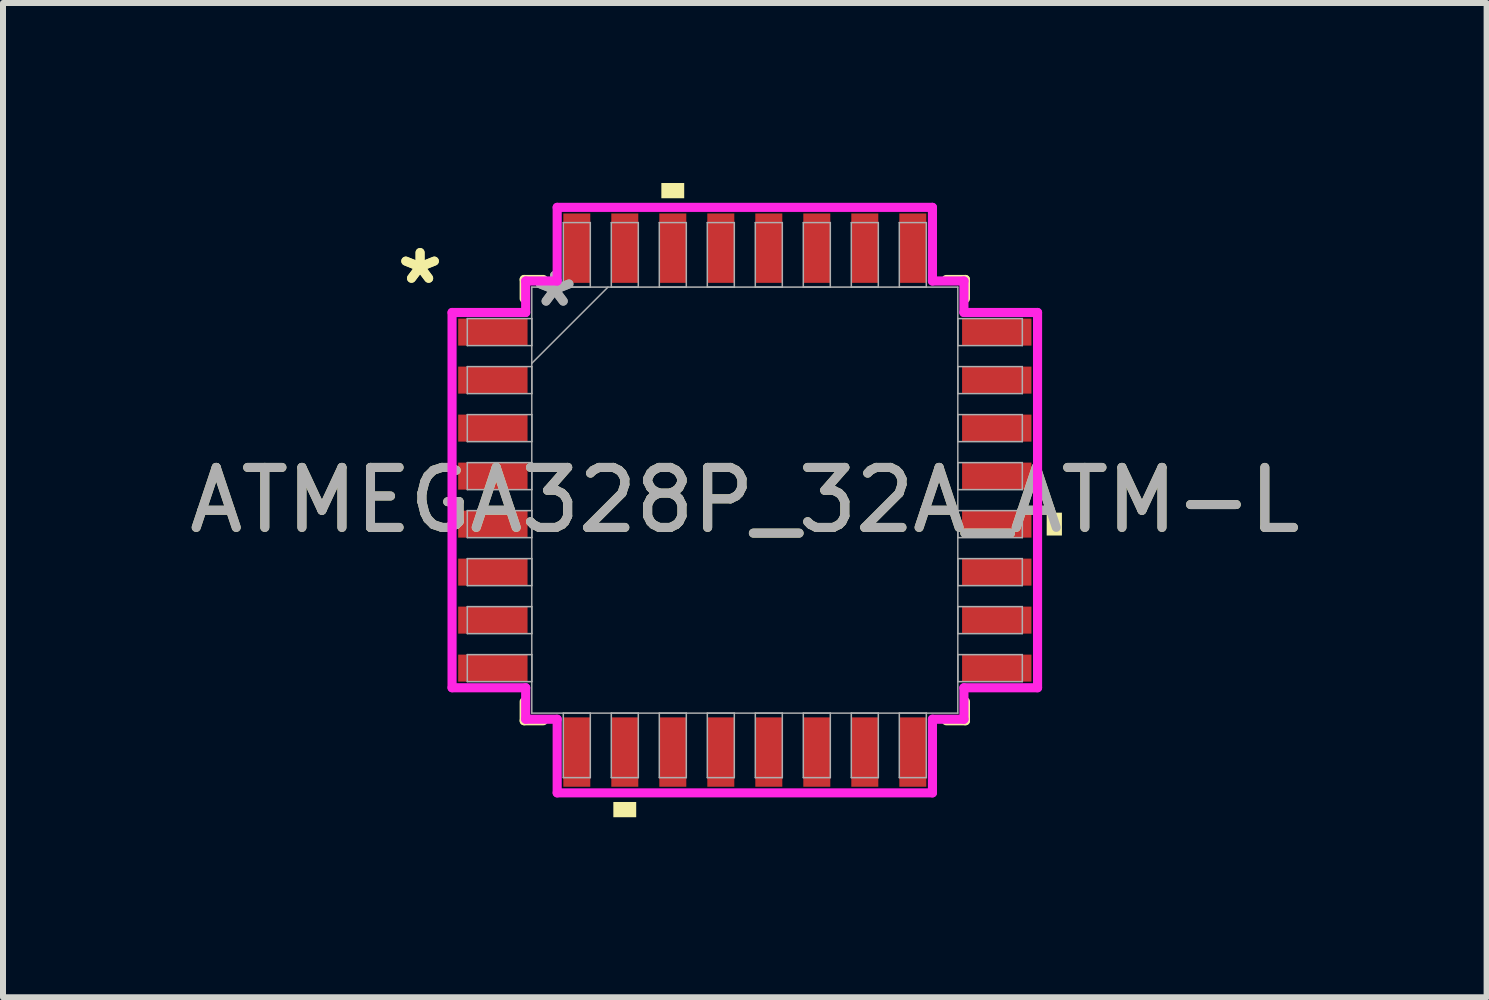
<source format=kicad_pcb>
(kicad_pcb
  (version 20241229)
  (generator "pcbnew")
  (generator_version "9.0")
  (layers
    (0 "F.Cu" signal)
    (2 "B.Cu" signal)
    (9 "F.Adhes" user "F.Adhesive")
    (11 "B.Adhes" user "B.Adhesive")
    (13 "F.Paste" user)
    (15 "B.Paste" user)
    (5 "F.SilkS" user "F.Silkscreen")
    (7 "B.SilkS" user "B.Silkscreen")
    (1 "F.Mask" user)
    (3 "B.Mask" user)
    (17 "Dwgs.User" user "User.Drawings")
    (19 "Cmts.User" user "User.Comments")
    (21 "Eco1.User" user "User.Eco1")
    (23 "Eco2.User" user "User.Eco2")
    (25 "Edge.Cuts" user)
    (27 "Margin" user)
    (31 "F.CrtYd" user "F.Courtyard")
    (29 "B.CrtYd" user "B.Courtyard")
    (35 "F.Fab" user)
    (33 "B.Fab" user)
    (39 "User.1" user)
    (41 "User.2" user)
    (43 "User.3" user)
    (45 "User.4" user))
  (footprint "ATMEGA328P_32A_ATM-L"
    (layer "F.Cu")
    (at 9.363 5.285)
    (property "Reference" "ATMEGA328P_32A_ATM-L" (at 0 0 0) (unlocked yes) (layer "F.SilkS") (effects (font (size 1 1) (thickness 0.15))))
    (attr smd)
    (fp_line (start -3.677 -3.677) (end -3.677 -3.358) (stroke (width 0.152) (type solid)) (layer "F.SilkS"))
    (fp_line (start -3.677 3.358) (end -3.677 3.677) (stroke (width 0.152) (type solid)) (layer "F.SilkS"))
    (fp_line (start -3.677 3.677) (end -3.358 3.677) (stroke (width 0.152) (type solid)) (layer "F.SilkS"))
    (fp_line (start -3.358 -3.677) (end -3.677 -3.677) (stroke (width 0.152) (type solid)) (layer "F.SilkS"))
    (fp_line (start 3.358 3.677) (end 3.677 3.677) (stroke (width 0.152) (type solid)) (layer "F.SilkS"))
    (fp_line (start 3.677 -3.677) (end 3.358 -3.677) (stroke (width 0.152) (type solid)) (layer "F.SilkS"))
    (fp_line (start 3.677 -3.358) (end 3.677 -3.677) (stroke (width 0.152) (type solid)) (layer "F.SilkS"))
    (fp_line (start 3.677 3.677) (end 3.677 3.358) (stroke (width 0.152) (type solid)) (layer "F.SilkS"))
    (fp_poly (pts (xy -2.191 5.031) (xy -2.191 5.285) (xy -1.81 5.285) (xy -1.81 5.031)) (stroke (width 0) (type solid)) (fill yes) (layer "F.SilkS"))
    (fp_poly (pts (xy -1.391 -5.031) (xy -1.391 -5.285) (xy -1.01 -5.285) (xy -1.01 -5.031)) (stroke (width 0) (type solid)) (fill yes) (layer "F.SilkS"))
    (fp_poly (pts (xy 5.285 0.209) (xy 5.285 0.59) (xy 5.031 0.59) (xy 5.031 0.209)) (stroke (width 0) (type solid)) (fill yes) (layer "F.SilkS"))
    (fp_line (start -4.879 -3.127) (end -3.652 -3.127) (stroke (width 0.152) (type solid)) (layer "F.CrtYd"))
    (fp_line (start -4.879 3.127) (end -4.879 -3.127) (stroke (width 0.152) (type solid)) (layer "F.CrtYd"))
    (fp_line (start -3.652 -3.652) (end -3.127 -3.652) (stroke (width 0.152) (type solid)) (layer "F.CrtYd"))
    (fp_line (start -3.652 -3.127) (end -3.652 -3.652) (stroke (width 0.152) (type solid)) (layer "F.CrtYd"))
    (fp_line (start -3.652 3.127) (end -4.879 3.127) (stroke (width 0.152) (type solid)) (layer "F.CrtYd"))
    (fp_line (start -3.652 3.652) (end -3.652 3.127) (stroke (width 0.152) (type solid)) (layer "F.CrtYd"))
    (fp_line (start -3.652 3.652) (end -3.127 3.652) (stroke (width 0.152) (type solid)) (layer "F.CrtYd"))
    (fp_line (start -3.127 -4.879) (end 3.127 -4.879) (stroke (width 0.152) (type solid)) (layer "F.CrtYd"))
    (fp_line (start -3.127 -3.652) (end -3.127 -4.879) (stroke (width 0.152) (type solid)) (layer "F.CrtYd"))
    (fp_line (start -3.127 3.652) (end -3.127 4.879) (stroke (width 0.152) (type solid)) (layer "F.CrtYd"))
    (fp_line (start -3.127 4.879) (end 3.127 4.879) (stroke (width 0.152) (type solid)) (layer "F.CrtYd"))
    (fp_line (start 3.127 -4.879) (end 3.127 -3.652) (stroke (width 0.152) (type solid)) (layer "F.CrtYd"))
    (fp_line (start 3.127 -3.652) (end 3.652 -3.652) (stroke (width 0.152) (type solid)) (layer "F.CrtYd"))
    (fp_line (start 3.127 3.652) (end 3.652 3.652) (stroke (width 0.152) (type solid)) (layer "F.CrtYd"))
    (fp_line (start 3.127 4.879) (end 3.127 3.652) (stroke (width 0.152) (type solid)) (layer "F.CrtYd"))
    (fp_line (start 3.652 -3.127) (end 3.652 -3.652) (stroke (width 0.152) (type solid)) (layer "F.CrtYd"))
    (fp_line (start 3.652 3.127) (end 4.879 3.127) (stroke (width 0.152) (type solid)) (layer "F.CrtYd"))
    (fp_line (start 3.652 3.652) (end 3.652 3.127) (stroke (width 0.152) (type solid)) (layer "F.CrtYd"))
    (fp_line (start 4.879 -3.127) (end 3.652 -3.127) (stroke (width 0.152) (type solid)) (layer "F.CrtYd"))
    (fp_line (start 4.879 3.127) (end 4.879 -3.127) (stroke (width 0.152) (type solid)) (layer "F.CrtYd"))
    (fp_line (start -4.625 -3.025) (end -4.625 -2.575) (stroke (width 0.025) (type solid)) (layer "F.Fab"))
    (fp_line (start -4.625 -2.575) (end -3.55 -2.575) (stroke (width 0.025) (type solid)) (layer "F.Fab"))
    (fp_line (start -4.625 -2.225) (end -4.625 -1.775) (stroke (width 0.025) (type solid)) (layer "F.Fab"))
    (fp_line (start -4.625 -1.775) (end -3.55 -1.775) (stroke (width 0.025) (type solid)) (layer "F.Fab"))
    (fp_line (start -4.625 -1.425) (end -4.625 -0.975) (stroke (width 0.025) (type solid)) (layer "F.Fab"))
    (fp_line (start -4.625 -0.975) (end -3.55 -0.975) (stroke (width 0.025) (type solid)) (layer "F.Fab"))
    (fp_line (start -4.625 -0.625) (end -4.625 -0.175) (stroke (width 0.025) (type solid)) (layer "F.Fab"))
    (fp_line (start -4.625 -0.175) (end -3.55 -0.175) (stroke (width 0.025) (type solid)) (layer "F.Fab"))
    (fp_line (start -4.625 0.175) (end -4.625 0.625) (stroke (width 0.025) (type solid)) (layer "F.Fab"))
    (fp_line (start -4.625 0.625) (end -3.55 0.625) (stroke (width 0.025) (type solid)) (layer "F.Fab"))
    (fp_line (start -4.625 0.975) (end -4.625 1.425) (stroke (width 0.025) (type solid)) (layer "F.Fab"))
    (fp_line (start -4.625 1.425) (end -3.55 1.425) (stroke (width 0.025) (type solid)) (layer "F.Fab"))
    (fp_line (start -4.625 1.775) (end -4.625 2.225) (stroke (width 0.025) (type solid)) (layer "F.Fab"))
    (fp_line (start -4.625 2.225) (end -3.55 2.225) (stroke (width 0.025) (type solid)) (layer "F.Fab"))
    (fp_line (start -4.625 2.575) (end -4.625 3.025) (stroke (width 0.025) (type solid)) (layer "F.Fab"))
    (fp_line (start -4.625 3.025) (end -3.55 3.025) (stroke (width 0.025) (type solid)) (layer "F.Fab"))
    (fp_line (start -3.55 -3.55) (end -3.55 3.55) (stroke (width 0.025) (type solid)) (layer "F.Fab"))
    (fp_line (start -3.55 -3.025) (end -4.625 -3.025) (stroke (width 0.025) (type solid)) (layer "F.Fab"))
    (fp_line (start -3.55 -2.575) (end -3.55 -3.025) (stroke (width 0.025) (type solid)) (layer "F.Fab"))
    (fp_line (start -3.55 -2.28) (end -2.28 -3.55) (stroke (width 0.025) (type solid)) (layer "F.Fab"))
    (fp_line (start -3.55 -2.225) (end -4.625 -2.225) (stroke (width 0.025) (type solid)) (layer "F.Fab"))
    (fp_line (start -3.55 -1.775) (end -3.55 -2.225) (stroke (width 0.025) (type solid)) (layer "F.Fab"))
    (fp_line (start -3.55 -1.425) (end -4.625 -1.425) (stroke (width 0.025) (type solid)) (layer "F.Fab"))
    (fp_line (start -3.55 -0.975) (end -3.55 -1.425) (stroke (width 0.025) (type solid)) (layer "F.Fab"))
    (fp_line (start -3.55 -0.625) (end -4.625 -0.625) (stroke (width 0.025) (type solid)) (layer "F.Fab"))
    (fp_line (start -3.55 -0.175) (end -3.55 -0.625) (stroke (width 0.025) (type solid)) (layer "F.Fab"))
    (fp_line (start -3.55 0.175) (end -4.625 0.175) (stroke (width 0.025) (type solid)) (layer "F.Fab"))
    (fp_line (start -3.55 0.625) (end -3.55 0.175) (stroke (width 0.025) (type solid)) (layer "F.Fab"))
    (fp_line (start -3.55 0.975) (end -4.625 0.975) (stroke (width 0.025) (type solid)) (layer "F.Fab"))
    (fp_line (start -3.55 1.425) (end -3.55 0.975) (stroke (width 0.025) (type solid)) (layer "F.Fab"))
    (fp_line (start -3.55 1.775) (end -4.625 1.775) (stroke (width 0.025) (type solid)) (layer "F.Fab"))
    (fp_line (start -3.55 2.225) (end -3.55 1.775) (stroke (width 0.025) (type solid)) (layer "F.Fab"))
    (fp_line (start -3.55 2.575) (end -4.625 2.575) (stroke (width 0.025) (type solid)) (layer "F.Fab"))
    (fp_line (start -3.55 3.025) (end -3.55 2.575) (stroke (width 0.025) (type solid)) (layer "F.Fab"))
    (fp_line (start -3.55 3.55) (end 3.55 3.55) (stroke (width 0.025) (type solid)) (layer "F.Fab"))
    (fp_line (start -3.025 -4.625) (end -3.025 -3.55) (stroke (width 0.025) (type solid)) (layer "F.Fab"))
    (fp_line (start -3.025 -3.55) (end -2.575 -3.55) (stroke (width 0.025) (type solid)) (layer "F.Fab"))
    (fp_line (start -3.025 3.55) (end -3.025 4.625) (stroke (width 0.025) (type solid)) (layer "F.Fab"))
    (fp_line (start -3.025 4.625) (end -2.575 4.625) (stroke (width 0.025) (type solid)) (layer "F.Fab"))
    (fp_line (start -2.575 3.55) (end -3.025 3.55) (stroke (width 0.025) (type solid)) (layer "F.Fab"))
    (fp_line (start -2.575 4.625) (end -2.575 3.55) (stroke (width 0.025) (type solid)) (layer "F.Fab"))
    (fp_line (start -2.575 -4.625) (end -3.025 -4.625) (stroke (width 0.025) (type solid)) (layer "F.Fab"))
    (fp_line (start -2.575 -3.55) (end -2.575 -4.625) (stroke (width 0.025) (type solid)) (layer "F.Fab"))
    (fp_line (start -2.225 -4.625) (end -2.225 -3.55) (stroke (width 0.025) (type solid)) (layer "F.Fab"))
    (fp_line (start -2.225 -3.55) (end -1.775 -3.55) (stroke (width 0.025) (type solid)) (layer "F.Fab"))
    (fp_line (start -2.225 3.55) (end -2.225 4.625) (stroke (width 0.025) (type solid)) (layer "F.Fab"))
    (fp_line (start -2.225 4.625) (end -1.775 4.625) (stroke (width 0.025) (type solid)) (layer "F.Fab"))
    (fp_line (start -1.775 -4.625) (end -2.225 -4.625) (stroke (width 0.025) (type solid)) (layer "F.Fab"))
    (fp_line (start -1.775 -3.55) (end -1.775 -4.625) (stroke (width 0.025) (type solid)) (layer "F.Fab"))
    (fp_line (start -1.775 3.55) (end -2.225 3.55) (stroke (width 0.025) (type solid)) (layer "F.Fab"))
    (fp_line (start -1.775 4.625) (end -1.775 3.55) (stroke (width 0.025) (type solid)) (layer "F.Fab"))
    (fp_line (start -1.425 -4.625) (end -1.425 -3.55) (stroke (width 0.025) (type solid)) (layer "F.Fab"))
    (fp_line (start -1.425 -3.55) (end -0.975 -3.55) (stroke (width 0.025) (type solid)) (layer "F.Fab"))
    (fp_line (start -1.425 3.55) (end -1.425 4.625) (stroke (width 0.025) (type solid)) (layer "F.Fab"))
    (fp_line (start -1.425 4.625) (end -0.975 4.625) (stroke (width 0.025) (type solid)) (layer "F.Fab"))
    (fp_line (start -0.975 -4.625) (end -1.425 -4.625) (stroke (width 0.025) (type solid)) (layer "F.Fab"))
    (fp_line (start -0.975 -3.55) (end -0.975 -4.625) (stroke (width 0.025) (type solid)) (layer "F.Fab"))
    (fp_line (start -0.975 3.55) (end -1.425 3.55) (stroke (width 0.025) (type solid)) (layer "F.Fab"))
    (fp_line (start -0.975 4.625) (end -0.975 3.55) (stroke (width 0.025) (type solid)) (layer "F.Fab"))
    (fp_line (start -0.625 -4.625) (end -0.625 -3.55) (stroke (width 0.025) (type solid)) (layer "F.Fab"))
    (fp_line (start -0.625 -3.55) (end -0.175 -3.55) (stroke (width 0.025) (type solid)) (layer "F.Fab"))
    (fp_line (start -0.625 3.55) (end -0.625 4.625) (stroke (width 0.025) (type solid)) (layer "F.Fab"))
    (fp_line (start -0.625 4.625) (end -0.175 4.625) (stroke (width 0.025) (type solid)) (layer "F.Fab"))
    (fp_line (start -0.175 -4.625) (end -0.625 -4.625) (stroke (width 0.025) (type solid)) (layer "F.Fab"))
    (fp_line (start -0.175 -3.55) (end -0.175 -4.625) (stroke (width 0.025) (type solid)) (layer "F.Fab"))
    (fp_line (start -0.175 3.55) (end -0.625 3.55) (stroke (width 0.025) (type solid)) (layer "F.Fab"))
    (fp_line (start -0.175 4.625) (end -0.175 3.55) (stroke (width 0.025) (type solid)) (layer "F.Fab"))
    (fp_line (start 0.175 -4.625) (end 0.175 -3.55) (stroke (width 0.025) (type solid)) (layer "F.Fab"))
    (fp_line (start 0.175 -3.55) (end 0.625 -3.55) (stroke (width 0.025) (type solid)) (layer "F.Fab"))
    (fp_line (start 0.175 3.55) (end 0.175 4.625) (stroke (width 0.025) (type solid)) (layer "F.Fab"))
    (fp_line (start 0.175 4.625) (end 0.625 4.625) (stroke (width 0.025) (type solid)) (layer "F.Fab"))
    (fp_line (start 0.625 -4.625) (end 0.175 -4.625) (stroke (width 0.025) (type solid)) (layer "F.Fab"))
    (fp_line (start 0.625 -3.55) (end 0.625 -4.625) (stroke (width 0.025) (type solid)) (layer "F.Fab"))
    (fp_line (start 0.625 3.55) (end 0.175 3.55) (stroke (width 0.025) (type solid)) (layer "F.Fab"))
    (fp_line (start 0.625 4.625) (end 0.625 3.55) (stroke (width 0.025) (type solid)) (layer "F.Fab"))
    (fp_line (start 0.975 -4.625) (end 0.975 -3.55) (stroke (width 0.025) (type solid)) (layer "F.Fab"))
    (fp_line (start 0.975 -3.55) (end 1.425 -3.55) (stroke (width 0.025) (type solid)) (layer "F.Fab"))
    (fp_line (start 0.975 3.55) (end 0.975 4.625) (stroke (width 0.025) (type solid)) (layer "F.Fab"))
    (fp_line (start 0.975 4.625) (end 1.425 4.625) (stroke (width 0.025) (type solid)) (layer "F.Fab"))
    (fp_line (start 1.425 -4.625) (end 0.975 -4.625) (stroke (width 0.025) (type solid)) (layer "F.Fab"))
    (fp_line (start 1.425 -3.55) (end 1.425 -4.625) (stroke (width 0.025) (type solid)) (layer "F.Fab"))
    (fp_line (start 1.425 3.55) (end 0.975 3.55) (stroke (width 0.025) (type solid)) (layer "F.Fab"))
    (fp_line (start 1.425 4.625) (end 1.425 3.55) (stroke (width 0.025) (type solid)) (layer "F.Fab"))
    (fp_line (start 1.775 -4.625) (end 1.775 -3.55) (stroke (width 0.025) (type solid)) (layer "F.Fab"))
    (fp_line (start 1.775 -3.55) (end 2.225 -3.55) (stroke (width 0.025) (type solid)) (layer "F.Fab"))
    (fp_line (start 1.775 3.55) (end 1.775 4.625) (stroke (width 0.025) (type solid)) (layer "F.Fab"))
    (fp_line (start 1.775 4.625) (end 2.225 4.625) (stroke (width 0.025) (type solid)) (layer "F.Fab"))
    (fp_line (start 2.225 -4.625) (end 1.775 -4.625) (stroke (width 0.025) (type solid)) (layer "F.Fab"))
    (fp_line (start 2.225 -3.55) (end 2.225 -4.625) (stroke (width 0.025) (type solid)) (layer "F.Fab"))
    (fp_line (start 2.225 3.55) (end 1.775 3.55) (stroke (width 0.025) (type solid)) (layer "F.Fab"))
    (fp_line (start 2.225 4.625) (end 2.225 3.55) (stroke (width 0.025) (type solid)) (layer "F.Fab"))
    (fp_line (start 2.575 3.55) (end 2.575 4.625) (stroke (width 0.025) (type solid)) (layer "F.Fab"))
    (fp_line (start 2.575 4.625) (end 3.025 4.625) (stroke (width 0.025) (type solid)) (layer "F.Fab"))
    (fp_line (start 2.575 -4.625) (end 2.575 -3.55) (stroke (width 0.025) (type solid)) (layer "F.Fab"))
    (fp_line (start 2.575 -3.55) (end 3.025 -3.55) (stroke (width 0.025) (type solid)) (layer "F.Fab"))
    (fp_line (start 3.025 -4.625) (end 2.575 -4.625) (stroke (width 0.025) (type solid)) (layer "F.Fab"))
    (fp_line (start 3.025 -3.55) (end 3.025 -4.625) (stroke (width 0.025) (type solid)) (layer "F.Fab"))
    (fp_line (start 3.025 3.55) (end 2.575 3.55) (stroke (width 0.025) (type solid)) (layer "F.Fab"))
    (fp_line (start 3.025 4.625) (end 3.025 3.55) (stroke (width 0.025) (type solid)) (layer "F.Fab"))
    (fp_line (start 3.55 -3.55) (end -3.55 -3.55) (stroke (width 0.025) (type solid)) (layer "F.Fab"))
    (fp_line (start 3.55 -3.025) (end 3.55 -2.575) (stroke (width 0.025) (type solid)) (layer "F.Fab"))
    (fp_line (start 3.55 -2.575) (end 4.625 -2.575) (stroke (width 0.025) (type solid)) (layer "F.Fab"))
    (fp_line (start 3.55 -2.225) (end 3.55 -1.775) (stroke (width 0.025) (type solid)) (layer "F.Fab"))
    (fp_line (start 3.55 -1.775) (end 4.625 -1.775) (stroke (width 0.025) (type solid)) (layer "F.Fab"))
    (fp_line (start 3.55 -1.425) (end 3.55 -0.975) (stroke (width 0.025) (type solid)) (layer "F.Fab"))
    (fp_line (start 3.55 -0.975) (end 4.625 -0.975) (stroke (width 0.025) (type solid)) (layer "F.Fab"))
    (fp_line (start 3.55 -0.625) (end 3.55 -0.175) (stroke (width 0.025) (type solid)) (layer "F.Fab"))
    (fp_line (start 3.55 -0.175) (end 4.625 -0.175) (stroke (width 0.025) (type solid)) (layer "F.Fab"))
    (fp_line (start 3.55 0.175) (end 3.55 0.625) (stroke (width 0.025) (type solid)) (layer "F.Fab"))
    (fp_line (start 3.55 0.625) (end 4.625 0.625) (stroke (width 0.025) (type solid)) (layer "F.Fab"))
    (fp_line (start 3.55 0.975) (end 3.55 1.425) (stroke (width 0.025) (type solid)) (layer "F.Fab"))
    (fp_line (start 3.55 1.425) (end 4.625 1.425) (stroke (width 0.025) (type solid)) (layer "F.Fab"))
    (fp_line (start 3.55 1.775) (end 3.55 2.225) (stroke (width 0.025) (type solid)) (layer "F.Fab"))
    (fp_line (start 3.55 2.225) (end 4.625 2.225) (stroke (width 0.025) (type solid)) (layer "F.Fab"))
    (fp_line (start 3.55 2.575) (end 3.55 3.025) (stroke (width 0.025) (type solid)) (layer "F.Fab"))
    (fp_line (start 3.55 3.025) (end 4.625 3.025) (stroke (width 0.025) (type solid)) (layer "F.Fab"))
    (fp_line (start 3.55 3.55) (end 3.55 -3.55) (stroke (width 0.025) (type solid)) (layer "F.Fab"))
    (fp_line (start 4.625 -3.025) (end 3.55 -3.025) (stroke (width 0.025) (type solid)) (layer "F.Fab"))
    (fp_line (start 4.625 -2.575) (end 4.625 -3.025) (stroke (width 0.025) (type solid)) (layer "F.Fab"))
    (fp_line (start 4.625 -2.225) (end 3.55 -2.225) (stroke (width 0.025) (type solid)) (layer "F.Fab"))
    (fp_line (start 4.625 -1.775) (end 4.625 -2.225) (stroke (width 0.025) (type solid)) (layer "F.Fab"))
    (fp_line (start 4.625 -1.425) (end 3.55 -1.425) (stroke (width 0.025) (type solid)) (layer "F.Fab"))
    (fp_line (start 4.625 -0.975) (end 4.625 -1.425) (stroke (width 0.025) (type solid)) (layer "F.Fab"))
    (fp_line (start 4.625 -0.625) (end 3.55 -0.625) (stroke (width 0.025) (type solid)) (layer "F.Fab"))
    (fp_line (start 4.625 -0.175) (end 4.625 -0.625) (stroke (width 0.025) (type solid)) (layer "F.Fab"))
    (fp_line (start 4.625 0.175) (end 3.55 0.175) (stroke (width 0.025) (type solid)) (layer "F.Fab"))
    (fp_line (start 4.625 0.625) (end 4.625 0.175) (stroke (width 0.025) (type solid)) (layer "F.Fab"))
    (fp_line (start 4.625 0.975) (end 3.55 0.975) (stroke (width 0.025) (type solid)) (layer "F.Fab"))
    (fp_line (start 4.625 1.425) (end 4.625 0.975) (stroke (width 0.025) (type solid)) (layer "F.Fab"))
    (fp_line (start 4.625 1.775) (end 3.55 1.775) (stroke (width 0.025) (type solid)) (layer "F.Fab"))
    (fp_line (start 4.625 2.225) (end 4.625 1.775) (stroke (width 0.025) (type solid)) (layer "F.Fab"))
    (fp_line (start 4.625 2.575) (end 3.55 2.575) (stroke (width 0.025) (type solid)) (layer "F.Fab"))
    (fp_line (start 4.625 3.025) (end 4.625 2.575) (stroke (width 0.025) (type solid)) (layer "F.Fab"))
    (fp_text user "*" (at -5.412 -3.581 0) (layer "F.SilkS") (effects (font (size 1 1) (thickness 0.15))))
    (fp_text user "*" (at -5.412 -3.581 0) (unlocked yes) (layer "F.SilkS") (effects (font (size 1 1) (thickness 0.15))))
    (fp_text user "${REFERENCE}" (at 0 0 0) (unlocked yes) (layer "F.Fab") (effects (font (size 1 1) (thickness 0.15))))
    (fp_text user "*" (at -3.169 -3.2 0) (unlocked yes) (layer "F.Fab") (effects (font (size 1 1) (thickness 0.15))))
    (fp_text user "*" (at -3.169 -3.2 0) (layer "F.Fab") (effects (font (size 1 1) (thickness 0.15))))
    (pad "1" smd rect (at -4.199 -2.8 90) (size 0.45 1.156) (layers "F.Cu" "F.Mask" "F.Paste"))
    (pad "2" smd rect (at -4.199 -2 90) (size 0.45 1.156) (layers "F.Cu" "F.Mask" "F.Paste"))
    (pad "3" smd rect (at -4.199 -1.2 90) (size 0.45 1.156) (layers "F.Cu" "F.Mask" "F.Paste"))
    (pad "4" smd rect (at -4.199 -0.4 90) (size 0.45 1.156) (layers "F.Cu" "F.Mask" "F.Paste"))
    (pad "5" smd rect (at -4.199 0.4 90) (size 0.45 1.156) (layers "F.Cu" "F.Mask" "F.Paste"))
    (pad "6" smd rect (at -4.199 1.2 90) (size 0.45 1.156) (layers "F.Cu" "F.Mask" "F.Paste"))
    (pad "7" smd rect (at -4.199 2 90) (size 0.45 1.156) (layers "F.Cu" "F.Mask" "F.Paste"))
    (pad "8" smd rect (at -4.199 2.8 90) (size 0.45 1.156) (layers "F.Cu" "F.Mask" "F.Paste"))
    (pad "9" smd rect (at -2.8 4.199) (size 0.45 1.156) (layers "F.Cu" "F.Mask" "F.Paste"))
    (pad "10" smd rect (at -2 4.199) (size 0.45 1.156) (layers "F.Cu" "F.Mask" "F.Paste"))
    (pad "11" smd rect (at -1.2 4.199) (size 0.45 1.156) (layers "F.Cu" "F.Mask" "F.Paste"))
    (pad "12" smd rect (at -0.4 4.199) (size 0.45 1.156) (layers "F.Cu" "F.Mask" "F.Paste"))
    (pad "13" smd rect (at 0.4 4.199) (size 0.45 1.156) (layers "F.Cu" "F.Mask" "F.Paste"))
    (pad "14" smd rect (at 1.2 4.199) (size 0.45 1.156) (layers "F.Cu" "F.Mask" "F.Paste"))
    (pad "15" smd rect (at 2 4.199) (size 0.45 1.156) (layers "F.Cu" "F.Mask" "F.Paste"))
    (pad "16" smd rect (at 2.8 4.199) (size 0.45 1.156) (layers "F.Cu" "F.Mask" "F.Paste"))
    (pad "17" smd rect (at 4.199 2.8 90) (size 0.45 1.156) (layers "F.Cu" "F.Mask" "F.Paste"))
    (pad "18" smd rect (at 4.199 2 90) (size 0.45 1.156) (layers "F.Cu" "F.Mask" "F.Paste"))
    (pad "19" smd rect (at 4.199 1.2 90) (size 0.45 1.156) (layers "F.Cu" "F.Mask" "F.Paste"))
    (pad "20" smd rect (at 4.199 0.4 90) (size 0.45 1.156) (layers "F.Cu" "F.Mask" "F.Paste"))
    (pad "21" smd rect (at 4.199 -0.4 90) (size 0.45 1.156) (layers "F.Cu" "F.Mask" "F.Paste"))
    (pad "22" smd rect (at 4.199 -1.2 90) (size 0.45 1.156) (layers "F.Cu" "F.Mask" "F.Paste"))
    (pad "23" smd rect (at 4.199 -2 90) (size 0.45 1.156) (layers "F.Cu" "F.Mask" "F.Paste"))
    (pad "24" smd rect (at 4.199 -2.8 90) (size 0.45 1.156) (layers "F.Cu" "F.Mask" "F.Paste"))
    (pad "25" smd rect (at 2.8 -4.199) (size 0.45 1.156) (layers "F.Cu" "F.Mask" "F.Paste"))
    (pad "26" smd rect (at 2 -4.199) (size 0.45 1.156) (layers "F.Cu" "F.Mask" "F.Paste"))
    (pad "27" smd rect (at 1.2 -4.199) (size 0.45 1.156) (layers "F.Cu" "F.Mask" "F.Paste"))
    (pad "28" smd rect (at 0.4 -4.199) (size 0.45 1.156) (layers "F.Cu" "F.Mask" "F.Paste"))
    (pad "29" smd rect (at -0.4 -4.199) (size 0.45 1.156) (layers "F.Cu" "F.Mask" "F.Paste"))
    (pad "30" smd rect (at -1.2 -4.199) (size 0.45 1.156) (layers "F.Cu" "F.Mask" "F.Paste"))
    (pad "31" smd rect (at -2 -4.199) (size 0.45 1.156) (layers "F.Cu" "F.Mask" "F.Paste"))
    (pad "32" smd rect (at -2.8 -4.199) (size 0.45 1.156) (layers "F.Cu" "F.Mask" "F.Paste")))
  (gr_rect
    (start -3 -3)
    (end 21.726 13.571)
    (stroke (width 0.1) (type default))
    (fill no)
    (layer "Edge.Cuts")))
</source>
